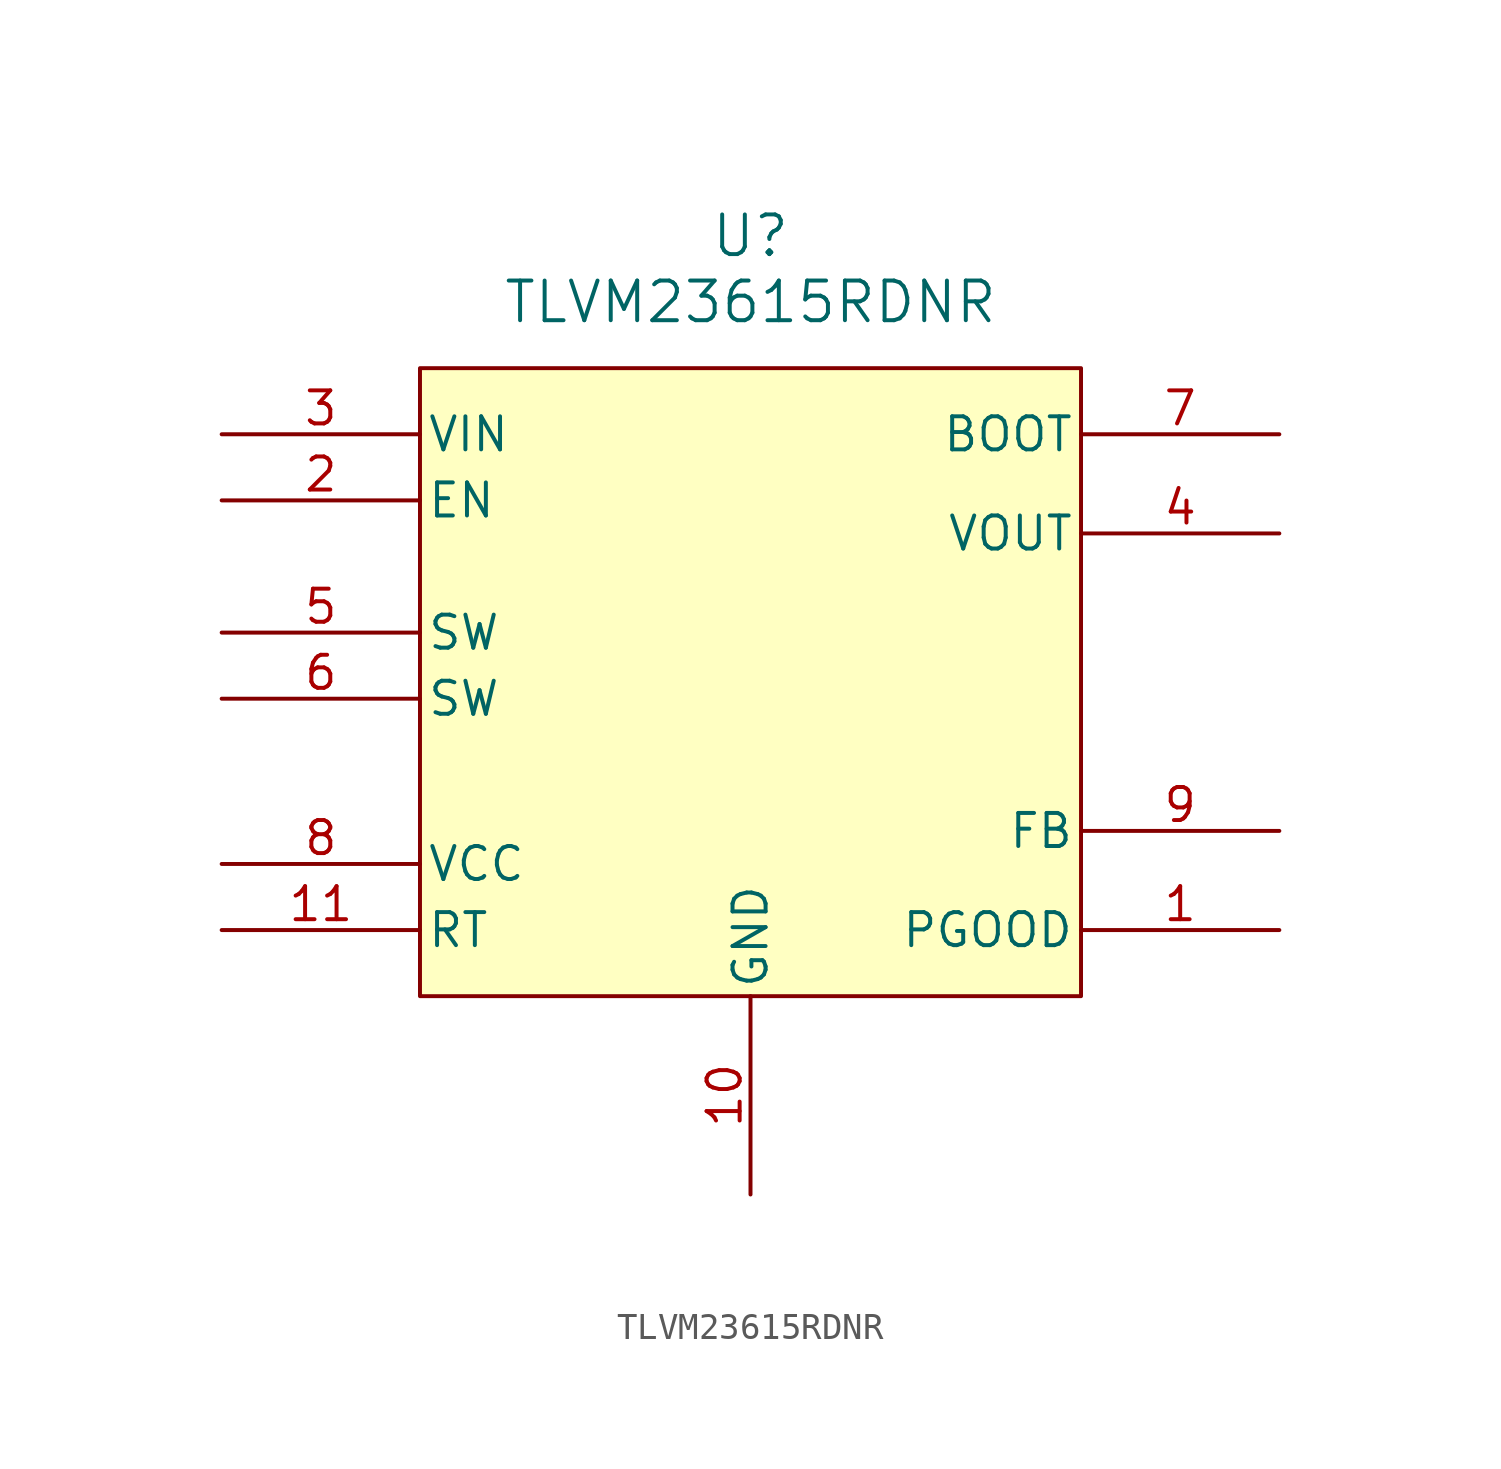
<source format=kicad_sym>
(kicad_symbol_lib
  (version 20231120)
  (generator "kicad_symbol_editor")
  (generator_version "8.0")
  (symbol "TLVM23615RDNR"
    (pin_names
      (offset 0.254))
    (property "Reference" "U"
      (at 20.32 10.16 0)
      (effects (font (size 1.524 1.524))))
    (property "Value" "TLVM23615RDNR"
      (at 20.32 7.62 0)
      (effects (font (size 1.524 1.524))))
    (symbol "TLVM23615RDNR_0_1"
      (pin power_out line (at 20.32 -26.67 90) (length 7.62) (name "GND" (effects (font (size 1.27 1.27)))) (number "10" (effects (font (size 1.27 1.27)))))
      (pin power_in line (at 0 2.54 0) (length 7.62) (name "VIN" (effects (font (size 1.27 1.27)))) (number "3" (effects (font (size 1.27 1.27)))))
      (pin power_in line (at 0 -7.62 0) (length 7.62) (name "SW" (effects (font (size 1.27 1.27)))) (number "6" (effects (font (size 1.27 1.27)))))
      (pin power_in line (at 40.64 2.54 180) (length 7.62) (name "BOOT" (effects (font (size 1.27 1.27)))) (number "7" (effects (font (size 1.27 1.27))))))
    (symbol "TLVM23615RDNR_1_1"
      (rectangle (start 7.62 5.08) (end 33.02 -19.05) (stroke (width 0) (type default)) (fill (type background)))
      (pin input line (at 40.64 -16.51 180) (length 7.62) (name "PGOOD" (effects (font (size 1.27 1.27)))) (number "1" (effects (font (size 1.27 1.27)))))
      (pin input line (at 0 -16.51 0) (length 7.62) (name "RT" (effects (font (size 1.27 1.27)))) (number "11" (effects (font (size 1.27 1.27)))))
      (pin input line (at 0 0 0) (length 7.62) (name "EN" (effects (font (size 1.27 1.27)))) (number "2" (effects (font (size 1.27 1.27)))))
      (pin power_out line (at 40.64 -1.27 180) (length 7.62) (name "VOUT" (effects (font (size 1.27 1.27)))) (number "4" (effects (font (size 1.27 1.27)))))
      (pin power_in line (at 0 -5.08 0) (length 7.62) (name "SW" (effects (font (size 1.27 1.27)))) (number "5" (effects (font (size 1.27 1.27)))))
      (pin power_out line (at 0 -13.97 0) (length 7.62) (name "VCC" (effects (font (size 1.27 1.27)))) (number "8" (effects (font (size 1.27 1.27)))))
      (pin input line (at 40.64 -12.7 180) (length 7.62) (name "FB" (effects (font (size 1.27 1.27)))) (number "9" (effects (font (size 1.27 1.27))))))))
</source>
